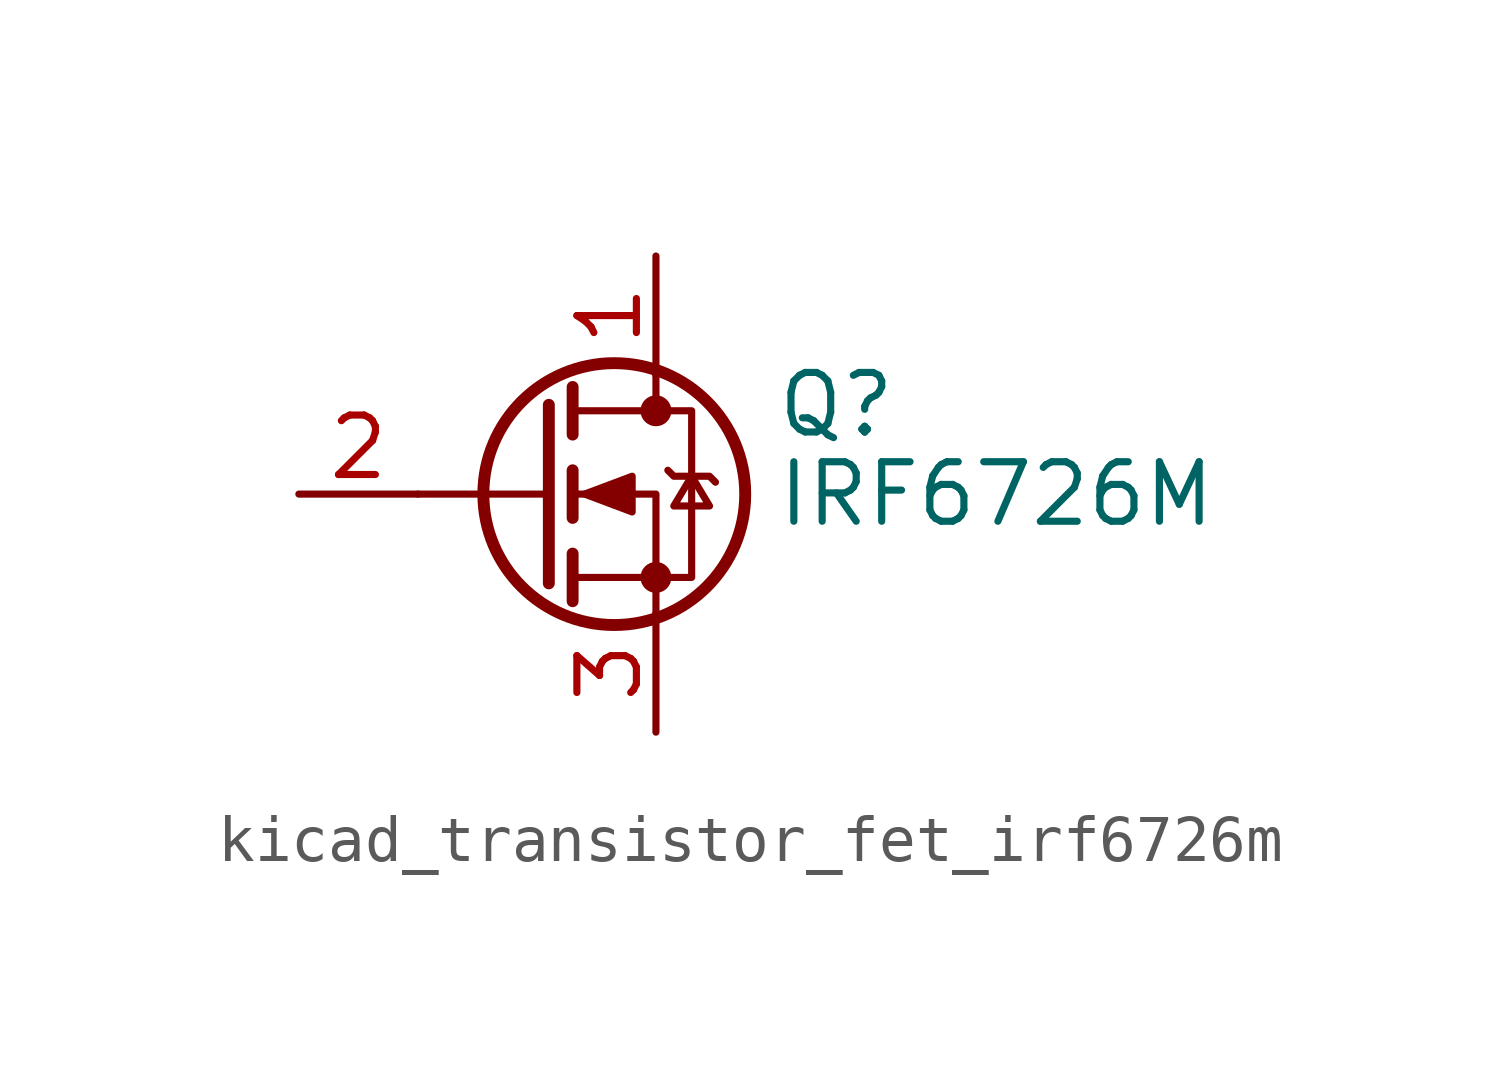
<source format=kicad_sym>
(kicad_symbol_lib
  (version 20220914)
  (generator kicad_symbol_editor)
  (symbol "kicad_transistor_fet_irf6726m"
    (pin_names hide)
    (property "Reference" "Q"
      (at 5.08 1.905 0)
      (effects (font (size 1.27 1.27)) (justify left)))
    (property "Value" "IRF6726M"
      (at 5.08 0 0)
      (effects (font (size 1.27 1.27)) (justify left)))
    (symbol "kicad_transistor_fet_irf6726m_0_1"
      (polyline (pts (xy 0.254 0) (xy -2.54 0)) (stroke (width 0) (type default)) (fill (type none)))
      (polyline (pts (xy 0.254 1.905) (xy 0.254 -1.905)) (stroke (width 0.254) (type default)) (fill (type none)))
      (polyline (pts (xy 0.762 -1.27) (xy 0.762 -2.286)) (stroke (width 0.254) (type default)) (fill (type none)))
      (polyline (pts (xy 0.762 0.508) (xy 0.762 -0.508)) (stroke (width 0.254) (type default)) (fill (type none)))
      (polyline (pts (xy 0.762 2.286) (xy 0.762 1.27)) (stroke (width 0.254) (type default)) (fill (type none)))
      (polyline (pts (xy 2.54 2.54) (xy 2.54 1.778)) (stroke (width 0) (type default)) (fill (type none)))
      (polyline (pts (xy 2.54 -2.54) (xy 2.54 0) (xy 0.762 0)) (stroke (width 0) (type default)) (fill (type none)))
      (polyline (pts (xy 0.762 -1.778) (xy 3.302 -1.778) (xy 3.302 1.778) (xy 0.762 1.778)) (stroke (width 0) (type default)) (fill (type none)))
      (polyline (pts (xy 1.016 0) (xy 2.032 0.381) (xy 2.032 -0.381) (xy 1.016 0)) (stroke (width 0) (type default)) (fill (type outline)))
      (polyline (pts (xy 2.794 0.508) (xy 2.921 0.381) (xy 3.683 0.381) (xy 3.81 0.254)) (stroke (width 0) (type default)) (fill (type none)))
      (polyline (pts (xy 3.302 0.381) (xy 2.921 -0.254) (xy 3.683 -0.254) (xy 3.302 0.381)) (stroke (width 0) (type default)) (fill (type none)))
      (circle (center 1.651 0) (radius 2.794) (stroke (width 0.254) (type default)) (fill (type none)))
      (circle (center 2.54 -1.778) (radius 0.254) (stroke (width 0) (type default)) (fill (type outline)))
      (circle (center 2.54 1.778) (radius 0.254) (stroke (width 0) (type default)) (fill (type outline))))
    (symbol "kicad_transistor_fet_irf6726m_1_1"
      (pin passive line (at 2.54 5.08 270) (length 2.54) (name "D" (effects (font (size 1.27 1.27)))) (number "1" (effects (font (size 1.27 1.27)))))
      (pin input line (at -5.08 0 0) (length 2.54) (name "G" (effects (font (size 1.27 1.27)))) (number "2" (effects (font (size 1.27 1.27)))))
      (pin passive line (at 2.54 -5.08 90) (length 2.54) (name "S" (effects (font (size 1.27 1.27)))) (number "3" (effects (font (size 1.27 1.27))))))))
</source>
